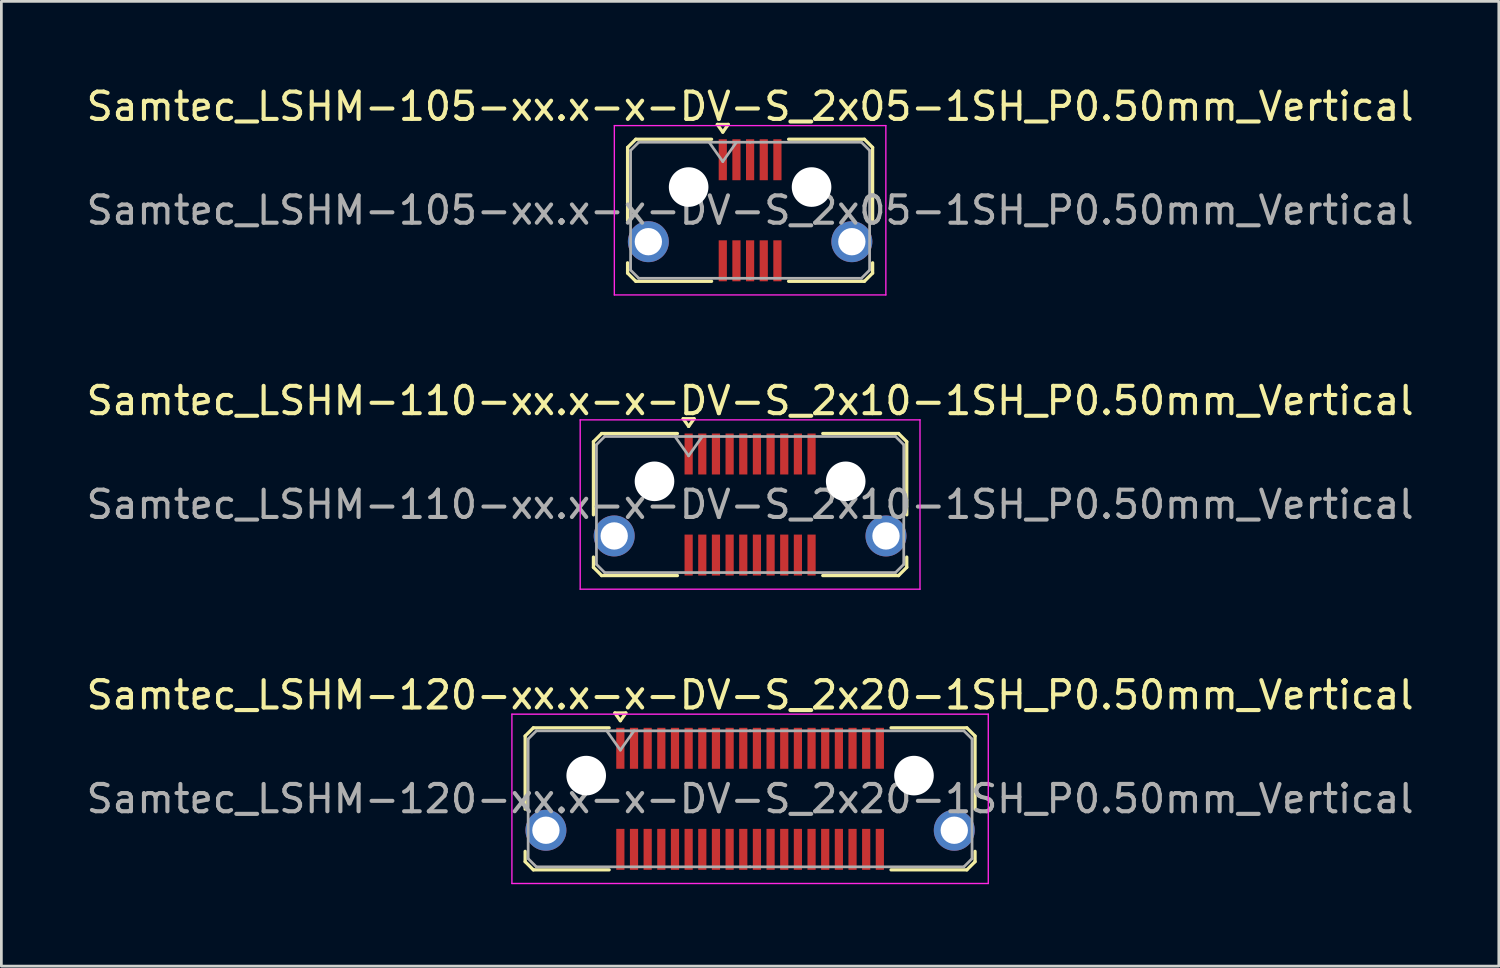
<source format=kicad_pcb>
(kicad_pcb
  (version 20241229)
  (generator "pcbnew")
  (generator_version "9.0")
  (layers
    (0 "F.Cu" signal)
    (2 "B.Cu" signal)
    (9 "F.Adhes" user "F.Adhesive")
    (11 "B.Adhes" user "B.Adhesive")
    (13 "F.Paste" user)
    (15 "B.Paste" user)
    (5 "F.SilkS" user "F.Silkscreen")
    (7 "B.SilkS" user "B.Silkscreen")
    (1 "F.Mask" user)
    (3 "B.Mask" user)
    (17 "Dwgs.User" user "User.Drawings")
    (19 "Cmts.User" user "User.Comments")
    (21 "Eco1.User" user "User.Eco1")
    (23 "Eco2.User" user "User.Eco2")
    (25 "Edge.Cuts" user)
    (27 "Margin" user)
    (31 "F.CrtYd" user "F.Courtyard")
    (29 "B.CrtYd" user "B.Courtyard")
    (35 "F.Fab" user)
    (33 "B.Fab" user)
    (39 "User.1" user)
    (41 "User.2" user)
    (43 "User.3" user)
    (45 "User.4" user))
  (footprint "Samtec_LSHM-110-xx.x-x-DV-S_2x10-1SH_P0.50mm_Vertical"
    (layer "F.Cu")
    (at 24.411 15.421)
    (property "Reference" "Samtec_LSHM-110-xx.x-x-DV-S_2x10-1SH_P0.50mm_Vertical" (at 0 -3.8 0) (layer "F.SilkS") (effects (font (size 1 1) (thickness 0.15))))
    (attr smd)
    (fp_line (start -5.735 -2.3) (end -5.735 0.377) (stroke (width 0.12) (type solid)) (layer "F.SilkS"))
    (fp_line (start -5.735 1.923) (end -5.735 2.3) (stroke (width 0.12) (type solid)) (layer "F.SilkS"))
    (fp_line (start -5.735 2.3) (end -5.435 2.6) (stroke (width 0.12) (type solid)) (layer "F.SilkS"))
    (fp_line (start -5.435 -2.6) (end -5.735 -2.3) (stroke (width 0.12) (type solid)) (layer "F.SilkS"))
    (fp_line (start -5.435 2.6) (end -2.66 2.6) (stroke (width 0.12) (type solid)) (layer "F.SilkS"))
    (fp_line (start -2.66 -2.6) (end -5.435 -2.6) (stroke (width 0.12) (type solid)) (layer "F.SilkS"))
    (fp_line (start -2.45 -3.143) (end -2.05 -3.143) (stroke (width 0.12) (type solid)) (layer "F.SilkS"))
    (fp_line (start -2.25 -2.86) (end -2.45 -3.143) (stroke (width 0.12) (type solid)) (layer "F.SilkS"))
    (fp_line (start -2.05 -3.143) (end -2.25 -2.86) (stroke (width 0.12) (type solid)) (layer "F.SilkS"))
    (fp_line (start 2.66 -2.6) (end 5.435 -2.6) (stroke (width 0.12) (type solid)) (layer "F.SilkS"))
    (fp_line (start 5.435 -2.6) (end 5.735 -2.3) (stroke (width 0.12) (type solid)) (layer "F.SilkS"))
    (fp_line (start 5.435 2.6) (end 2.66 2.6) (stroke (width 0.12) (type solid)) (layer "F.SilkS"))
    (fp_line (start 5.735 -2.3) (end 5.735 0.377) (stroke (width 0.12) (type solid)) (layer "F.SilkS"))
    (fp_line (start 5.735 1.923) (end 5.735 2.3) (stroke (width 0.12) (type solid)) (layer "F.SilkS"))
    (fp_line (start 5.735 2.3) (end 5.435 2.6) (stroke (width 0.12) (type solid)) (layer "F.SilkS"))
    (fp_line (start -6.22 -3.1) (end -6.22 3.1) (stroke (width 0.05) (type solid)) (layer "F.CrtYd"))
    (fp_line (start -6.22 3.1) (end 6.22 3.1) (stroke (width 0.05) (type solid)) (layer "F.CrtYd"))
    (fp_line (start 6.22 -3.1) (end -6.22 -3.1) (stroke (width 0.05) (type solid)) (layer "F.CrtYd"))
    (fp_line (start 6.22 3.1) (end 6.22 -3.1) (stroke (width 0.05) (type solid)) (layer "F.CrtYd"))
    (fp_line (start -5.625 -2.19) (end -5.625 2.19) (stroke (width 0.1) (type solid)) (layer "F.Fab"))
    (fp_line (start -5.625 2.19) (end -5.325 2.49) (stroke (width 0.1) (type solid)) (layer "F.Fab"))
    (fp_line (start -5.325 -2.49) (end -5.625 -2.19) (stroke (width 0.1) (type solid)) (layer "F.Fab"))
    (fp_line (start -5.325 2.49) (end 0 2.49) (stroke (width 0.1) (type solid)) (layer "F.Fab"))
    (fp_line (start -2.75 -2.49) (end -2.25 -1.783) (stroke (width 0.1) (type solid)) (layer "F.Fab"))
    (fp_line (start -2.25 -1.783) (end -1.75 -2.49) (stroke (width 0.1) (type solid)) (layer "F.Fab"))
    (fp_line (start 0 -2.49) (end -5.325 -2.49) (stroke (width 0.1) (type solid)) (layer "F.Fab"))
    (fp_line (start 0 -2.49) (end 5.325 -2.49) (stroke (width 0.1) (type solid)) (layer "F.Fab"))
    (fp_line (start 5.325 -2.49) (end 5.625 -2.19) (stroke (width 0.1) (type solid)) (layer "F.Fab"))
    (fp_line (start 5.325 2.49) (end 0 2.49) (stroke (width 0.1) (type solid)) (layer "F.Fab"))
    (fp_line (start 5.625 -2.19) (end 5.625 2.19) (stroke (width 0.1) (type solid)) (layer "F.Fab"))
    (fp_line (start 5.625 2.19) (end 5.325 2.49) (stroke (width 0.1) (type solid)) (layer "F.Fab"))
    (fp_text user "${REFERENCE}" (at 0 0 0) (layer "F.Fab") (effects (font (size 1 1) (thickness 0.15))))
    (pad "" np_thru_hole circle (at -3.5 -0.85) (size 1.45 1.45) (drill 1.45) (layers "*.Cu" "*.Mask"))
    (pad "" np_thru_hole circle (at 3.5 -0.85) (size 1.45 1.45) (drill 1.45) (layers "*.Cu" "*.Mask"))
    (pad "1" smd rect (at -2.25 -1.85) (size 0.3 1.5) (layers "F.Cu" "F.Mask" "F.Paste"))
    (pad "2" smd rect (at -2.25 1.85) (size 0.3 1.5) (layers "F.Cu" "F.Mask" "F.Paste"))
    (pad "3" smd rect (at -1.75 -1.85) (size 0.3 1.5) (layers "F.Cu" "F.Mask" "F.Paste"))
    (pad "4" smd rect (at -1.75 1.85) (size 0.3 1.5) (layers "F.Cu" "F.Mask" "F.Paste"))
    (pad "5" smd rect (at -1.25 -1.85) (size 0.3 1.5) (layers "F.Cu" "F.Mask" "F.Paste"))
    (pad "6" smd rect (at -1.25 1.85) (size 0.3 1.5) (layers "F.Cu" "F.Mask" "F.Paste"))
    (pad "7" smd rect (at -0.75 -1.85) (size 0.3 1.5) (layers "F.Cu" "F.Mask" "F.Paste"))
    (pad "8" smd rect (at -0.75 1.85) (size 0.3 1.5) (layers "F.Cu" "F.Mask" "F.Paste"))
    (pad "9" smd rect (at -0.25 -1.85) (size 0.3 1.5) (layers "F.Cu" "F.Mask" "F.Paste"))
    (pad "10" smd rect (at -0.25 1.85) (size 0.3 1.5) (layers "F.Cu" "F.Mask" "F.Paste"))
    (pad "11" smd rect (at 0.25 -1.85) (size 0.3 1.5) (layers "F.Cu" "F.Mask" "F.Paste"))
    (pad "12" smd rect (at 0.25 1.85) (size 0.3 1.5) (layers "F.Cu" "F.Mask" "F.Paste"))
    (pad "13" smd rect (at 0.75 -1.85) (size 0.3 1.5) (layers "F.Cu" "F.Mask" "F.Paste"))
    (pad "14" smd rect (at 0.75 1.85) (size 0.3 1.5) (layers "F.Cu" "F.Mask" "F.Paste"))
    (pad "15" smd rect (at 1.25 -1.85) (size 0.3 1.5) (layers "F.Cu" "F.Mask" "F.Paste"))
    (pad "16" smd rect (at 1.25 1.85) (size 0.3 1.5) (layers "F.Cu" "F.Mask" "F.Paste"))
    (pad "17" smd rect (at 1.75 -1.85) (size 0.3 1.5) (layers "F.Cu" "F.Mask" "F.Paste"))
    (pad "18" smd rect (at 1.75 1.85) (size 0.3 1.5) (layers "F.Cu" "F.Mask" "F.Paste"))
    (pad "19" smd rect (at 2.25 -1.85) (size 0.3 1.5) (layers "F.Cu" "F.Mask" "F.Paste"))
    (pad "20" smd rect (at 2.25 1.85) (size 0.3 1.5) (layers "F.Cu" "F.Mask" "F.Paste"))
    (pad "SH" thru_hole circle (at -4.975 1.15) (size 1.5 1.5) (drill 1) (layers "*.Cu" "*.Mask"))
    (pad "SH" thru_hole circle (at 4.975 1.15) (size 1.5 1.5) (drill 1) (layers "*.Cu" "*.Mask")))
  (footprint "Samtec_LSHM-105-xx.x-x-DV-S_2x05-1SH_P0.50mm_Vertical"
    (layer "F.Cu")
    (at 24.411 4.648)
    (property "Reference" "Samtec_LSHM-105-xx.x-x-DV-S_2x05-1SH_P0.50mm_Vertical" (at 0 -3.8 0) (layer "F.SilkS") (effects (font (size 1 1) (thickness 0.15))))
    (attr smd)
    (fp_line (start -4.485 -2.3) (end -4.485 0.377) (stroke (width 0.12) (type solid)) (layer "F.SilkS"))
    (fp_line (start -4.485 1.923) (end -4.485 2.3) (stroke (width 0.12) (type solid)) (layer "F.SilkS"))
    (fp_line (start -4.485 2.3) (end -4.185 2.6) (stroke (width 0.12) (type solid)) (layer "F.SilkS"))
    (fp_line (start -4.185 -2.6) (end -4.485 -2.3) (stroke (width 0.12) (type solid)) (layer "F.SilkS"))
    (fp_line (start -4.185 2.6) (end -1.41 2.6) (stroke (width 0.12) (type solid)) (layer "F.SilkS"))
    (fp_line (start -1.41 -2.6) (end -4.185 -2.6) (stroke (width 0.12) (type solid)) (layer "F.SilkS"))
    (fp_line (start -1.2 -3.143) (end -0.8 -3.143) (stroke (width 0.12) (type solid)) (layer "F.SilkS"))
    (fp_line (start -1 -2.86) (end -1.2 -3.143) (stroke (width 0.12) (type solid)) (layer "F.SilkS"))
    (fp_line (start -0.8 -3.143) (end -1 -2.86) (stroke (width 0.12) (type solid)) (layer "F.SilkS"))
    (fp_line (start 1.41 -2.6) (end 4.185 -2.6) (stroke (width 0.12) (type solid)) (layer "F.SilkS"))
    (fp_line (start 4.185 -2.6) (end 4.485 -2.3) (stroke (width 0.12) (type solid)) (layer "F.SilkS"))
    (fp_line (start 4.185 2.6) (end 1.41 2.6) (stroke (width 0.12) (type solid)) (layer "F.SilkS"))
    (fp_line (start 4.485 -2.3) (end 4.485 0.377) (stroke (width 0.12) (type solid)) (layer "F.SilkS"))
    (fp_line (start 4.485 1.923) (end 4.485 2.3) (stroke (width 0.12) (type solid)) (layer "F.SilkS"))
    (fp_line (start 4.485 2.3) (end 4.185 2.6) (stroke (width 0.12) (type solid)) (layer "F.SilkS"))
    (fp_line (start -4.97 -3.1) (end -4.97 3.1) (stroke (width 0.05) (type solid)) (layer "F.CrtYd"))
    (fp_line (start -4.97 3.1) (end 4.97 3.1) (stroke (width 0.05) (type solid)) (layer "F.CrtYd"))
    (fp_line (start 4.97 -3.1) (end -4.97 -3.1) (stroke (width 0.05) (type solid)) (layer "F.CrtYd"))
    (fp_line (start 4.97 3.1) (end 4.97 -3.1) (stroke (width 0.05) (type solid)) (layer "F.CrtYd"))
    (fp_line (start -4.375 -2.19) (end -4.375 2.19) (stroke (width 0.1) (type solid)) (layer "F.Fab"))
    (fp_line (start -4.375 2.19) (end -4.075 2.49) (stroke (width 0.1) (type solid)) (layer "F.Fab"))
    (fp_line (start -4.075 -2.49) (end -4.375 -2.19) (stroke (width 0.1) (type solid)) (layer "F.Fab"))
    (fp_line (start -4.075 2.49) (end 0 2.49) (stroke (width 0.1) (type solid)) (layer "F.Fab"))
    (fp_line (start -1.5 -2.49) (end -1 -1.783) (stroke (width 0.1) (type solid)) (layer "F.Fab"))
    (fp_line (start -1 -1.783) (end -0.5 -2.49) (stroke (width 0.1) (type solid)) (layer "F.Fab"))
    (fp_line (start 0 -2.49) (end -4.075 -2.49) (stroke (width 0.1) (type solid)) (layer "F.Fab"))
    (fp_line (start 0 -2.49) (end 4.075 -2.49) (stroke (width 0.1) (type solid)) (layer "F.Fab"))
    (fp_line (start 4.075 -2.49) (end 4.375 -2.19) (stroke (width 0.1) (type solid)) (layer "F.Fab"))
    (fp_line (start 4.075 2.49) (end 0 2.49) (stroke (width 0.1) (type solid)) (layer "F.Fab"))
    (fp_line (start 4.375 -2.19) (end 4.375 2.19) (stroke (width 0.1) (type solid)) (layer "F.Fab"))
    (fp_line (start 4.375 2.19) (end 4.075 2.49) (stroke (width 0.1) (type solid)) (layer "F.Fab"))
    (fp_text user "${REFERENCE}" (at 0 0 0) (layer "F.Fab") (effects (font (size 1 1) (thickness 0.15))))
    (pad "" np_thru_hole circle (at -2.25 -0.85) (size 1.45 1.45) (drill 1.45) (layers "*.Cu" "*.Mask"))
    (pad "" np_thru_hole circle (at 2.25 -0.85) (size 1.45 1.45) (drill 1.45) (layers "*.Cu" "*.Mask"))
    (pad "1" smd rect (at -1 -1.85) (size 0.3 1.5) (layers "F.Cu" "F.Mask" "F.Paste"))
    (pad "2" smd rect (at -1 1.85) (size 0.3 1.5) (layers "F.Cu" "F.Mask" "F.Paste"))
    (pad "3" smd rect (at -0.5 -1.85) (size 0.3 1.5) (layers "F.Cu" "F.Mask" "F.Paste"))
    (pad "4" smd rect (at -0.5 1.85) (size 0.3 1.5) (layers "F.Cu" "F.Mask" "F.Paste"))
    (pad "5" smd rect (at 0 -1.85) (size 0.3 1.5) (layers "F.Cu" "F.Mask" "F.Paste"))
    (pad "6" smd rect (at 0 1.85) (size 0.3 1.5) (layers "F.Cu" "F.Mask" "F.Paste"))
    (pad "7" smd rect (at 0.5 -1.85) (size 0.3 1.5) (layers "F.Cu" "F.Mask" "F.Paste"))
    (pad "8" smd rect (at 0.5 1.85) (size 0.3 1.5) (layers "F.Cu" "F.Mask" "F.Paste"))
    (pad "9" smd rect (at 1 -1.85) (size 0.3 1.5) (layers "F.Cu" "F.Mask" "F.Paste"))
    (pad "10" smd rect (at 1 1.85) (size 0.3 1.5) (layers "F.Cu" "F.Mask" "F.Paste"))
    (pad "SH" thru_hole circle (at -3.725 1.15) (size 1.5 1.5) (drill 1) (layers "*.Cu" "*.Mask"))
    (pad "SH" thru_hole circle (at 3.725 1.15) (size 1.5 1.5) (drill 1) (layers "*.Cu" "*.Mask")))
  (footprint "Samtec_LSHM-120-xx.x-x-DV-S_2x20-1SH_P0.50mm_Vertical"
    (layer "F.Cu")
    (at 24.411 26.195)
    (property "Reference" "Samtec_LSHM-120-xx.x-x-DV-S_2x20-1SH_P0.50mm_Vertical" (at 0 -3.8 0) (layer "F.SilkS") (effects (font (size 1 1) (thickness 0.15))))
    (attr smd)
    (fp_line (start -8.235 -2.3) (end -8.235 0.377) (stroke (width 0.12) (type solid)) (layer "F.SilkS"))
    (fp_line (start -8.235 1.923) (end -8.235 2.3) (stroke (width 0.12) (type solid)) (layer "F.SilkS"))
    (fp_line (start -8.235 2.3) (end -7.935 2.6) (stroke (width 0.12) (type solid)) (layer "F.SilkS"))
    (fp_line (start -7.935 -2.6) (end -8.235 -2.3) (stroke (width 0.12) (type solid)) (layer "F.SilkS"))
    (fp_line (start -7.935 2.6) (end -5.16 2.6) (stroke (width 0.12) (type solid)) (layer "F.SilkS"))
    (fp_line (start -5.16 -2.6) (end -7.935 -2.6) (stroke (width 0.12) (type solid)) (layer "F.SilkS"))
    (fp_line (start -4.95 -3.143) (end -4.55 -3.143) (stroke (width 0.12) (type solid)) (layer "F.SilkS"))
    (fp_line (start -4.75 -2.86) (end -4.95 -3.143) (stroke (width 0.12) (type solid)) (layer "F.SilkS"))
    (fp_line (start -4.55 -3.143) (end -4.75 -2.86) (stroke (width 0.12) (type solid)) (layer "F.SilkS"))
    (fp_line (start 5.16 -2.6) (end 7.935 -2.6) (stroke (width 0.12) (type solid)) (layer "F.SilkS"))
    (fp_line (start 7.935 -2.6) (end 8.235 -2.3) (stroke (width 0.12) (type solid)) (layer "F.SilkS"))
    (fp_line (start 7.935 2.6) (end 5.16 2.6) (stroke (width 0.12) (type solid)) (layer "F.SilkS"))
    (fp_line (start 8.235 -2.3) (end 8.235 0.377) (stroke (width 0.12) (type solid)) (layer "F.SilkS"))
    (fp_line (start 8.235 1.923) (end 8.235 2.3) (stroke (width 0.12) (type solid)) (layer "F.SilkS"))
    (fp_line (start 8.235 2.3) (end 7.935 2.6) (stroke (width 0.12) (type solid)) (layer "F.SilkS"))
    (fp_line (start -8.72 -3.1) (end -8.72 3.1) (stroke (width 0.05) (type solid)) (layer "F.CrtYd"))
    (fp_line (start -8.72 3.1) (end 8.72 3.1) (stroke (width 0.05) (type solid)) (layer "F.CrtYd"))
    (fp_line (start 8.72 -3.1) (end -8.72 -3.1) (stroke (width 0.05) (type solid)) (layer "F.CrtYd"))
    (fp_line (start 8.72 3.1) (end 8.72 -3.1) (stroke (width 0.05) (type solid)) (layer "F.CrtYd"))
    (fp_line (start -8.125 -2.19) (end -8.125 2.19) (stroke (width 0.1) (type solid)) (layer "F.Fab"))
    (fp_line (start -8.125 2.19) (end -7.825 2.49) (stroke (width 0.1) (type solid)) (layer "F.Fab"))
    (fp_line (start -7.825 -2.49) (end -8.125 -2.19) (stroke (width 0.1) (type solid)) (layer "F.Fab"))
    (fp_line (start -7.825 2.49) (end 0 2.49) (stroke (width 0.1) (type solid)) (layer "F.Fab"))
    (fp_line (start -5.25 -2.49) (end -4.75 -1.783) (stroke (width 0.1) (type solid)) (layer "F.Fab"))
    (fp_line (start -4.75 -1.783) (end -4.25 -2.49) (stroke (width 0.1) (type solid)) (layer "F.Fab"))
    (fp_line (start 0 -2.49) (end -7.825 -2.49) (stroke (width 0.1) (type solid)) (layer "F.Fab"))
    (fp_line (start 0 -2.49) (end 7.825 -2.49) (stroke (width 0.1) (type solid)) (layer "F.Fab"))
    (fp_line (start 7.825 -2.49) (end 8.125 -2.19) (stroke (width 0.1) (type solid)) (layer "F.Fab"))
    (fp_line (start 7.825 2.49) (end 0 2.49) (stroke (width 0.1) (type solid)) (layer "F.Fab"))
    (fp_line (start 8.125 -2.19) (end 8.125 2.19) (stroke (width 0.1) (type solid)) (layer "F.Fab"))
    (fp_line (start 8.125 2.19) (end 7.825 2.49) (stroke (width 0.1) (type solid)) (layer "F.Fab"))
    (fp_text user "${REFERENCE}" (at 0 0 0) (layer "F.Fab") (effects (font (size 1 1) (thickness 0.15))))
    (pad "" np_thru_hole circle (at -6 -0.85) (size 1.45 1.45) (drill 1.45) (layers "*.Cu" "*.Mask"))
    (pad "" np_thru_hole circle (at 6 -0.85) (size 1.45 1.45) (drill 1.45) (layers "*.Cu" "*.Mask"))
    (pad "1" smd rect (at -4.75 -1.85) (size 0.3 1.5) (layers "F.Cu" "F.Mask" "F.Paste"))
    (pad "2" smd rect (at -4.75 1.85) (size 0.3 1.5) (layers "F.Cu" "F.Mask" "F.Paste"))
    (pad "3" smd rect (at -4.25 -1.85) (size 0.3 1.5) (layers "F.Cu" "F.Mask" "F.Paste"))
    (pad "4" smd rect (at -4.25 1.85) (size 0.3 1.5) (layers "F.Cu" "F.Mask" "F.Paste"))
    (pad "5" smd rect (at -3.75 -1.85) (size 0.3 1.5) (layers "F.Cu" "F.Mask" "F.Paste"))
    (pad "6" smd rect (at -3.75 1.85) (size 0.3 1.5) (layers "F.Cu" "F.Mask" "F.Paste"))
    (pad "7" smd rect (at -3.25 -1.85) (size 0.3 1.5) (layers "F.Cu" "F.Mask" "F.Paste"))
    (pad "8" smd rect (at -3.25 1.85) (size 0.3 1.5) (layers "F.Cu" "F.Mask" "F.Paste"))
    (pad "9" smd rect (at -2.75 -1.85) (size 0.3 1.5) (layers "F.Cu" "F.Mask" "F.Paste"))
    (pad "10" smd rect (at -2.75 1.85) (size 0.3 1.5) (layers "F.Cu" "F.Mask" "F.Paste"))
    (pad "11" smd rect (at -2.25 -1.85) (size 0.3 1.5) (layers "F.Cu" "F.Mask" "F.Paste"))
    (pad "12" smd rect (at -2.25 1.85) (size 0.3 1.5) (layers "F.Cu" "F.Mask" "F.Paste"))
    (pad "13" smd rect (at -1.75 -1.85) (size 0.3 1.5) (layers "F.Cu" "F.Mask" "F.Paste"))
    (pad "14" smd rect (at -1.75 1.85) (size 0.3 1.5) (layers "F.Cu" "F.Mask" "F.Paste"))
    (pad "15" smd rect (at -1.25 -1.85) (size 0.3 1.5) (layers "F.Cu" "F.Mask" "F.Paste"))
    (pad "16" smd rect (at -1.25 1.85) (size 0.3 1.5) (layers "F.Cu" "F.Mask" "F.Paste"))
    (pad "17" smd rect (at -0.75 -1.85) (size 0.3 1.5) (layers "F.Cu" "F.Mask" "F.Paste"))
    (pad "18" smd rect (at -0.75 1.85) (size 0.3 1.5) (layers "F.Cu" "F.Mask" "F.Paste"))
    (pad "19" smd rect (at -0.25 -1.85) (size 0.3 1.5) (layers "F.Cu" "F.Mask" "F.Paste"))
    (pad "20" smd rect (at -0.25 1.85) (size 0.3 1.5) (layers "F.Cu" "F.Mask" "F.Paste"))
    (pad "21" smd rect (at 0.25 -1.85) (size 0.3 1.5) (layers "F.Cu" "F.Mask" "F.Paste"))
    (pad "22" smd rect (at 0.25 1.85) (size 0.3 1.5) (layers "F.Cu" "F.Mask" "F.Paste"))
    (pad "23" smd rect (at 0.75 -1.85) (size 0.3 1.5) (layers "F.Cu" "F.Mask" "F.Paste"))
    (pad "24" smd rect (at 0.75 1.85) (size 0.3 1.5) (layers "F.Cu" "F.Mask" "F.Paste"))
    (pad "25" smd rect (at 1.25 -1.85) (size 0.3 1.5) (layers "F.Cu" "F.Mask" "F.Paste"))
    (pad "26" smd rect (at 1.25 1.85) (size 0.3 1.5) (layers "F.Cu" "F.Mask" "F.Paste"))
    (pad "27" smd rect (at 1.75 -1.85) (size 0.3 1.5) (layers "F.Cu" "F.Mask" "F.Paste"))
    (pad "28" smd rect (at 1.75 1.85) (size 0.3 1.5) (layers "F.Cu" "F.Mask" "F.Paste"))
    (pad "29" smd rect (at 2.25 -1.85) (size 0.3 1.5) (layers "F.Cu" "F.Mask" "F.Paste"))
    (pad "30" smd rect (at 2.25 1.85) (size 0.3 1.5) (layers "F.Cu" "F.Mask" "F.Paste"))
    (pad "31" smd rect (at 2.75 -1.85) (size 0.3 1.5) (layers "F.Cu" "F.Mask" "F.Paste"))
    (pad "32" smd rect (at 2.75 1.85) (size 0.3 1.5) (layers "F.Cu" "F.Mask" "F.Paste"))
    (pad "33" smd rect (at 3.25 -1.85) (size 0.3 1.5) (layers "F.Cu" "F.Mask" "F.Paste"))
    (pad "34" smd rect (at 3.25 1.85) (size 0.3 1.5) (layers "F.Cu" "F.Mask" "F.Paste"))
    (pad "35" smd rect (at 3.75 -1.85) (size 0.3 1.5) (layers "F.Cu" "F.Mask" "F.Paste"))
    (pad "36" smd rect (at 3.75 1.85) (size 0.3 1.5) (layers "F.Cu" "F.Mask" "F.Paste"))
    (pad "37" smd rect (at 4.25 -1.85) (size 0.3 1.5) (layers "F.Cu" "F.Mask" "F.Paste"))
    (pad "38" smd rect (at 4.25 1.85) (size 0.3 1.5) (layers "F.Cu" "F.Mask" "F.Paste"))
    (pad "39" smd rect (at 4.75 -1.85) (size 0.3 1.5) (layers "F.Cu" "F.Mask" "F.Paste"))
    (pad "40" smd rect (at 4.75 1.85) (size 0.3 1.5) (layers "F.Cu" "F.Mask" "F.Paste"))
    (pad "SH" thru_hole circle (at -7.475 1.15) (size 1.5 1.5) (drill 1) (layers "*.Cu" "*.Mask"))
    (pad "SH" thru_hole circle (at 7.475 1.15) (size 1.5 1.5) (drill 1) (layers "*.Cu" "*.Mask")))
  (gr_rect
    (start -3 -3)
    (end 51.821 32.32)
    (stroke (width 0.1) (type default))
    (fill no)
    (layer "Edge.Cuts")))
</source>
